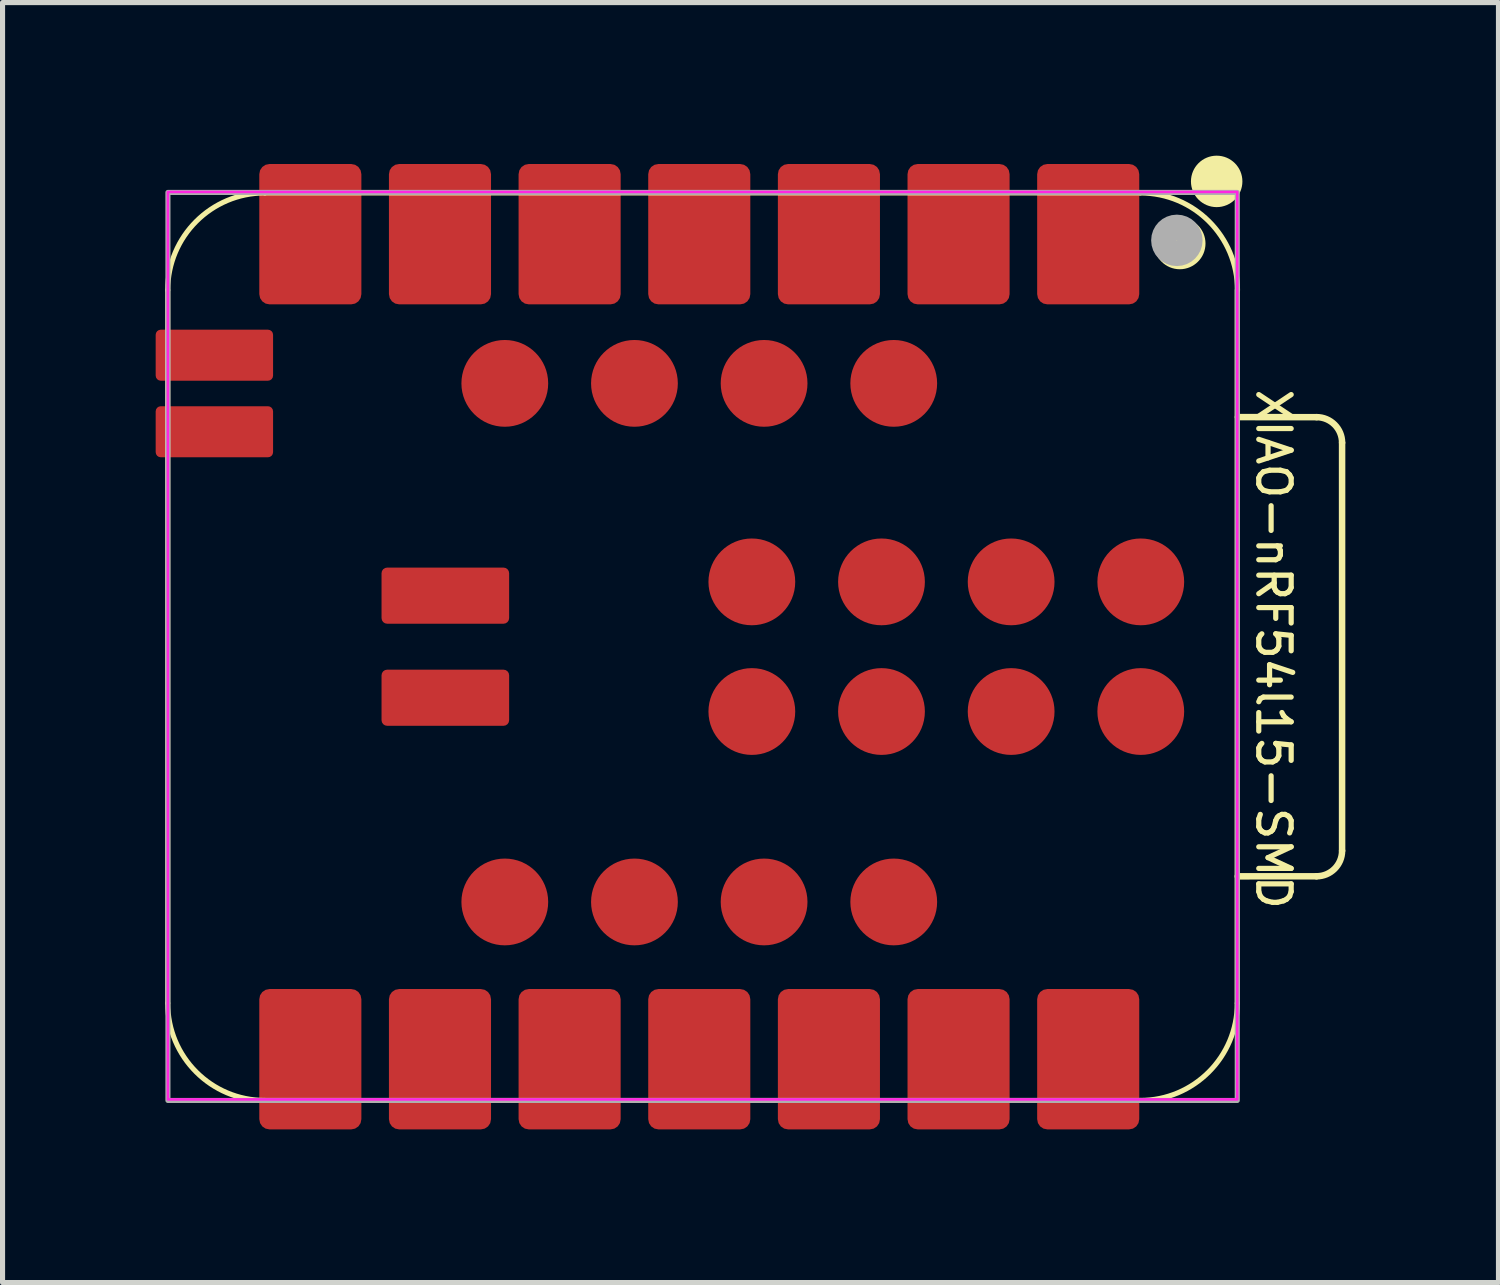
<source format=kicad_pcb>
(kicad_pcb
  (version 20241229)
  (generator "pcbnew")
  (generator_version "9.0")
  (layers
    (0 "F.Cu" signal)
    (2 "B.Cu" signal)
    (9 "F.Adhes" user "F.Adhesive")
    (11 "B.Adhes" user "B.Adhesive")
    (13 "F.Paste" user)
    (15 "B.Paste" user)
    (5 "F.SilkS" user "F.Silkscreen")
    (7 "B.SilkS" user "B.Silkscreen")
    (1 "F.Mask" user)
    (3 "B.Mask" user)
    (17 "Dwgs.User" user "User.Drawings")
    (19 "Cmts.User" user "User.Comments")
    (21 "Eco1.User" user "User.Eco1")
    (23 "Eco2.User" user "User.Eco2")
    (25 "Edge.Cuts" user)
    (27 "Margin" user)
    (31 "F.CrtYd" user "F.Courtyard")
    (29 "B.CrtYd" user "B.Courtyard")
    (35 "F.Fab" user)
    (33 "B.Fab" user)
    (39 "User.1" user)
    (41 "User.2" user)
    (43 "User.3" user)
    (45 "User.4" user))
  (footprint "XIAO-nRF54l15-SMD"
    (layer "F.Cu")
    (at 10.65 9.62)
    (property "Reference" "XIAO-nRF54l15-SMD" (at 11.25 0.05 270) (unlocked yes) (layer "F.SilkS") (effects (font (size 0.635 0.635) (thickness 0.102))))
    (attr smd)
    (fp_line (start -10.414 -6.985) (end -10.414 6.985) (stroke (width 0.1) (type solid)) (layer "F.SilkS"))
    (fp_line (start -8.509 -8.89) (end 8.636 -8.89) (stroke (width 0.1) (type solid)) (layer "F.SilkS"))
    (fp_line (start -8.509 8.89) (end 8.636 8.89) (stroke (width 0.1) (type solid)) (layer "F.SilkS"))
    (fp_line (start 10.541 6.985) (end 10.541 -6.985) (stroke (width 0.1) (type solid)) (layer "F.SilkS"))
    (fp_line (start 10.553 -4.498) (end 12.094 -4.497) (stroke (width 0.127) (type solid)) (layer "F.SilkS"))
    (fp_line (start 12.094 4.498) (end 10.55 4.499) (stroke (width 0.127) (type solid)) (layer "F.SilkS"))
    (fp_line (start 12.594 -3.997) (end 12.594 3.998) (stroke (width 0.127) (type solid)) (layer "F.SilkS"))
    (fp_arc (start -10.414 -6.985) (mid -9.856038 -8.332038) (end -8.509 -8.89) (stroke (width 0.1) (type solid)) (layer "F.SilkS"))
    (fp_arc (start -8.509 8.89) (mid -9.856038 8.332038) (end -10.414 6.985) (stroke (width 0.1) (type solid)) (layer "F.SilkS"))
    (fp_arc (start 8.64 -8.89) (mid 9.987038 -8.332038) (end 10.545 -6.985) (stroke (width 0.1) (type solid)) (layer "F.SilkS"))
    (fp_arc (start 10.541 6.985) (mid 9.983038 8.332038) (end 8.636 8.89) (stroke (width 0.1) (type solid)) (layer "F.SilkS"))
    (fp_arc (start 12.094284 -4.497284) (mid 12.447619 -4.350707) (end 12.594012 -3.997284) (stroke (width 0.127) (type default)) (layer "F.SilkS"))
    (fp_arc (start 12.594012 3.997988) (mid 12.44757 4.351553) (end 12.094012 4.497988) (stroke (width 0.127) (type default)) (layer "F.SilkS"))
    (fp_circle (center 9.414 -7.899) (end 9.668 -7.899) (stroke (width 0.5) (type solid)) (fill yes) (layer "F.SilkS"))
    (fp_circle (center 10.137 -9.116) (end 10.391 -9.116) (stroke (width 0.5) (type solid)) (fill yes) (layer "F.SilkS"))
    (fp_rect (start -10.41 -8.91) (end 10.54 8.87) (stroke (width 0.05) (type default)) (fill no) (layer "F.CrtYd"))
    (fp_rect (start -10.41 -8.9) (end 10.54 8.89) (stroke (width 0.1) (type default)) (fill no) (layer "F.Fab"))
    (fp_circle (center 9.357 -7.961) (end 9.611 -7.961) (stroke (width 0.5) (type solid)) (fill no) (layer "F.Fab"))
    (pad "1" smd roundrect (at 7.62 -8.082 90) (size 2.75 2) (layers "F.Cu" "F.Mask" "F.Paste") (roundrect_rratio 0.1))
    (pad "2" smd roundrect (at 5.08 -8.082 90) (size 2.75 2) (layers "F.Cu" "F.Mask" "F.Paste") (roundrect_rratio 0.1))
    (pad "3" smd roundrect (at 2.54 -8.082 90) (size 2.75 2) (layers "F.Cu" "F.Mask" "F.Paste") (roundrect_rratio 0.1))
    (pad "4" smd roundrect (at 0 -8.082 90) (size 2.75 2) (layers "F.Cu" "F.Mask" "F.Paste") (roundrect_rratio 0.1))
    (pad "5" smd roundrect (at -2.54 -8.082 90) (size 2.75 2) (layers "F.Cu" "F.Mask" "F.Paste") (roundrect_rratio 0.1))
    (pad "6" smd roundrect (at -5.08 -8.082 90) (size 2.75 2) (layers "F.Cu" "F.Mask" "F.Paste") (roundrect_rratio 0.1))
    (pad "7" smd roundrect (at -7.62 -8.082 90) (size 2.75 2) (layers "F.Cu" "F.Mask" "F.Paste") (roundrect_rratio 0.1))
    (pad "8" smd roundrect (at -7.62 8.082 270) (size 2.75 2) (layers "F.Cu" "F.Mask" "F.Paste") (roundrect_rratio 0.1))
    (pad "9" smd roundrect (at -5.08 8.082 270) (size 2.75 2) (layers "F.Cu" "F.Mask" "F.Paste") (roundrect_rratio 0.1))
    (pad "10" smd roundrect (at -2.54 8.082 270) (size 2.75 2) (layers "F.Cu" "F.Mask" "F.Paste") (roundrect_rratio 0.1))
    (pad "11" smd roundrect (at 0 8.082 270) (size 2.75 2) (layers "F.Cu" "F.Mask" "F.Paste") (roundrect_rratio 0.1))
    (pad "12" smd roundrect (at 2.54 8.082 270) (size 2.75 2) (layers "F.Cu" "F.Mask" "F.Paste") (roundrect_rratio 0.1))
    (pad "13" smd roundrect (at 5.08 8.082 270) (size 2.75 2) (layers "F.Cu" "F.Mask" "F.Paste") (roundrect_rratio 0.1))
    (pad "14" smd roundrect (at 7.62 8.082 270) (size 2.75 2) (layers "F.Cu" "F.Mask" "F.Paste") (roundrect_rratio 0.1))
    (pad "15" smd circle (at 3.81 5.001 90) (size 1.7 1.7) (layers "F.Cu" "F.Mask" "F.Paste"))
    (pad "16" smd circle (at 1.27 5.001 90) (size 1.7 1.7) (layers "F.Cu" "F.Mask" "F.Paste"))
    (pad "17" smd circle (at -1.27 5.001 90) (size 1.7 1.7) (layers "F.Cu" "F.Mask" "F.Paste"))
    (pad "18" smd circle (at -3.81 5.001 90) (size 1.7 1.7) (layers "F.Cu" "F.Mask" "F.Paste"))
    (pad "19" smd circle (at -3.81 -5.159 90) (size 1.7 1.7) (layers "F.Cu" "F.Mask" "F.Paste"))
    (pad "20" smd circle (at -1.27 -5.159 90) (size 1.7 1.7) (layers "F.Cu" "F.Mask" "F.Paste"))
    (pad "21" smd circle (at 1.27 -5.159 90) (size 1.7 1.7) (layers "F.Cu" "F.Mask" "F.Paste"))
    (pad "22" smd circle (at 3.81 -5.159 90) (size 1.7 1.7) (layers "F.Cu" "F.Mask" "F.Paste"))
    (pad "23" smd circle (at 8.65 -1.27 90) (size 1.7 1.7) (layers "F.Cu" "F.Mask" "F.Paste"))
    (pad "24" smd circle (at 8.65 1.27 90) (size 1.7 1.7) (layers "F.Cu" "F.Mask" "F.Paste"))
    (pad "25" smd circle (at 6.11 -1.27 90) (size 1.7 1.7) (layers "F.Cu" "F.Mask" "F.Paste"))
    (pad "26" smd circle (at 6.11 1.27 90) (size 1.7 1.7) (layers "F.Cu" "F.Mask" "F.Paste"))
    (pad "27" smd circle (at 3.57 -1.27 90) (size 1.7 1.7) (layers "F.Cu" "F.Mask" "F.Paste"))
    (pad "28" smd circle (at 3.57 1.27 90) (size 1.7 1.7) (layers "F.Cu" "F.Mask" "F.Paste"))
    (pad "29" smd circle (at 1.03 -1.27 90) (size 1.7 1.7) (layers "F.Cu" "F.Mask" "F.Paste"))
    (pad "30" smd circle (at 1.03 1.27 90) (size 1.7 1.7) (layers "F.Cu" "F.Mask" "F.Paste"))
    (pad "31" smd roundrect (at -4.975 -1 180) (size 2.5 1.1) (layers "F.Cu" "F.Mask" "F.Paste") (roundrect_rratio 0.1))
    (pad "32" smd roundrect (at -4.975 1 180) (size 2.5 1.1) (layers "F.Cu" "F.Mask" "F.Paste") (roundrect_rratio 0.1))
    (pad "33" smd roundrect (at -9.5 -5.711 180) (size 2.3 1) (layers "F.Cu" "F.Mask" "F.Paste") (roundrect_rratio 0.1))
    (pad "34" smd roundrect (at -9.5 -4.211 180) (size 2.3 1) (layers "F.Cu" "F.Mask" "F.Paste") (roundrect_rratio 0.1)))
  (gr_rect
    (start -3 -3)
    (end 26.308 22.078)
    (stroke (width 0.1) (type default))
    (fill no)
    (layer "Edge.Cuts")))
</source>
